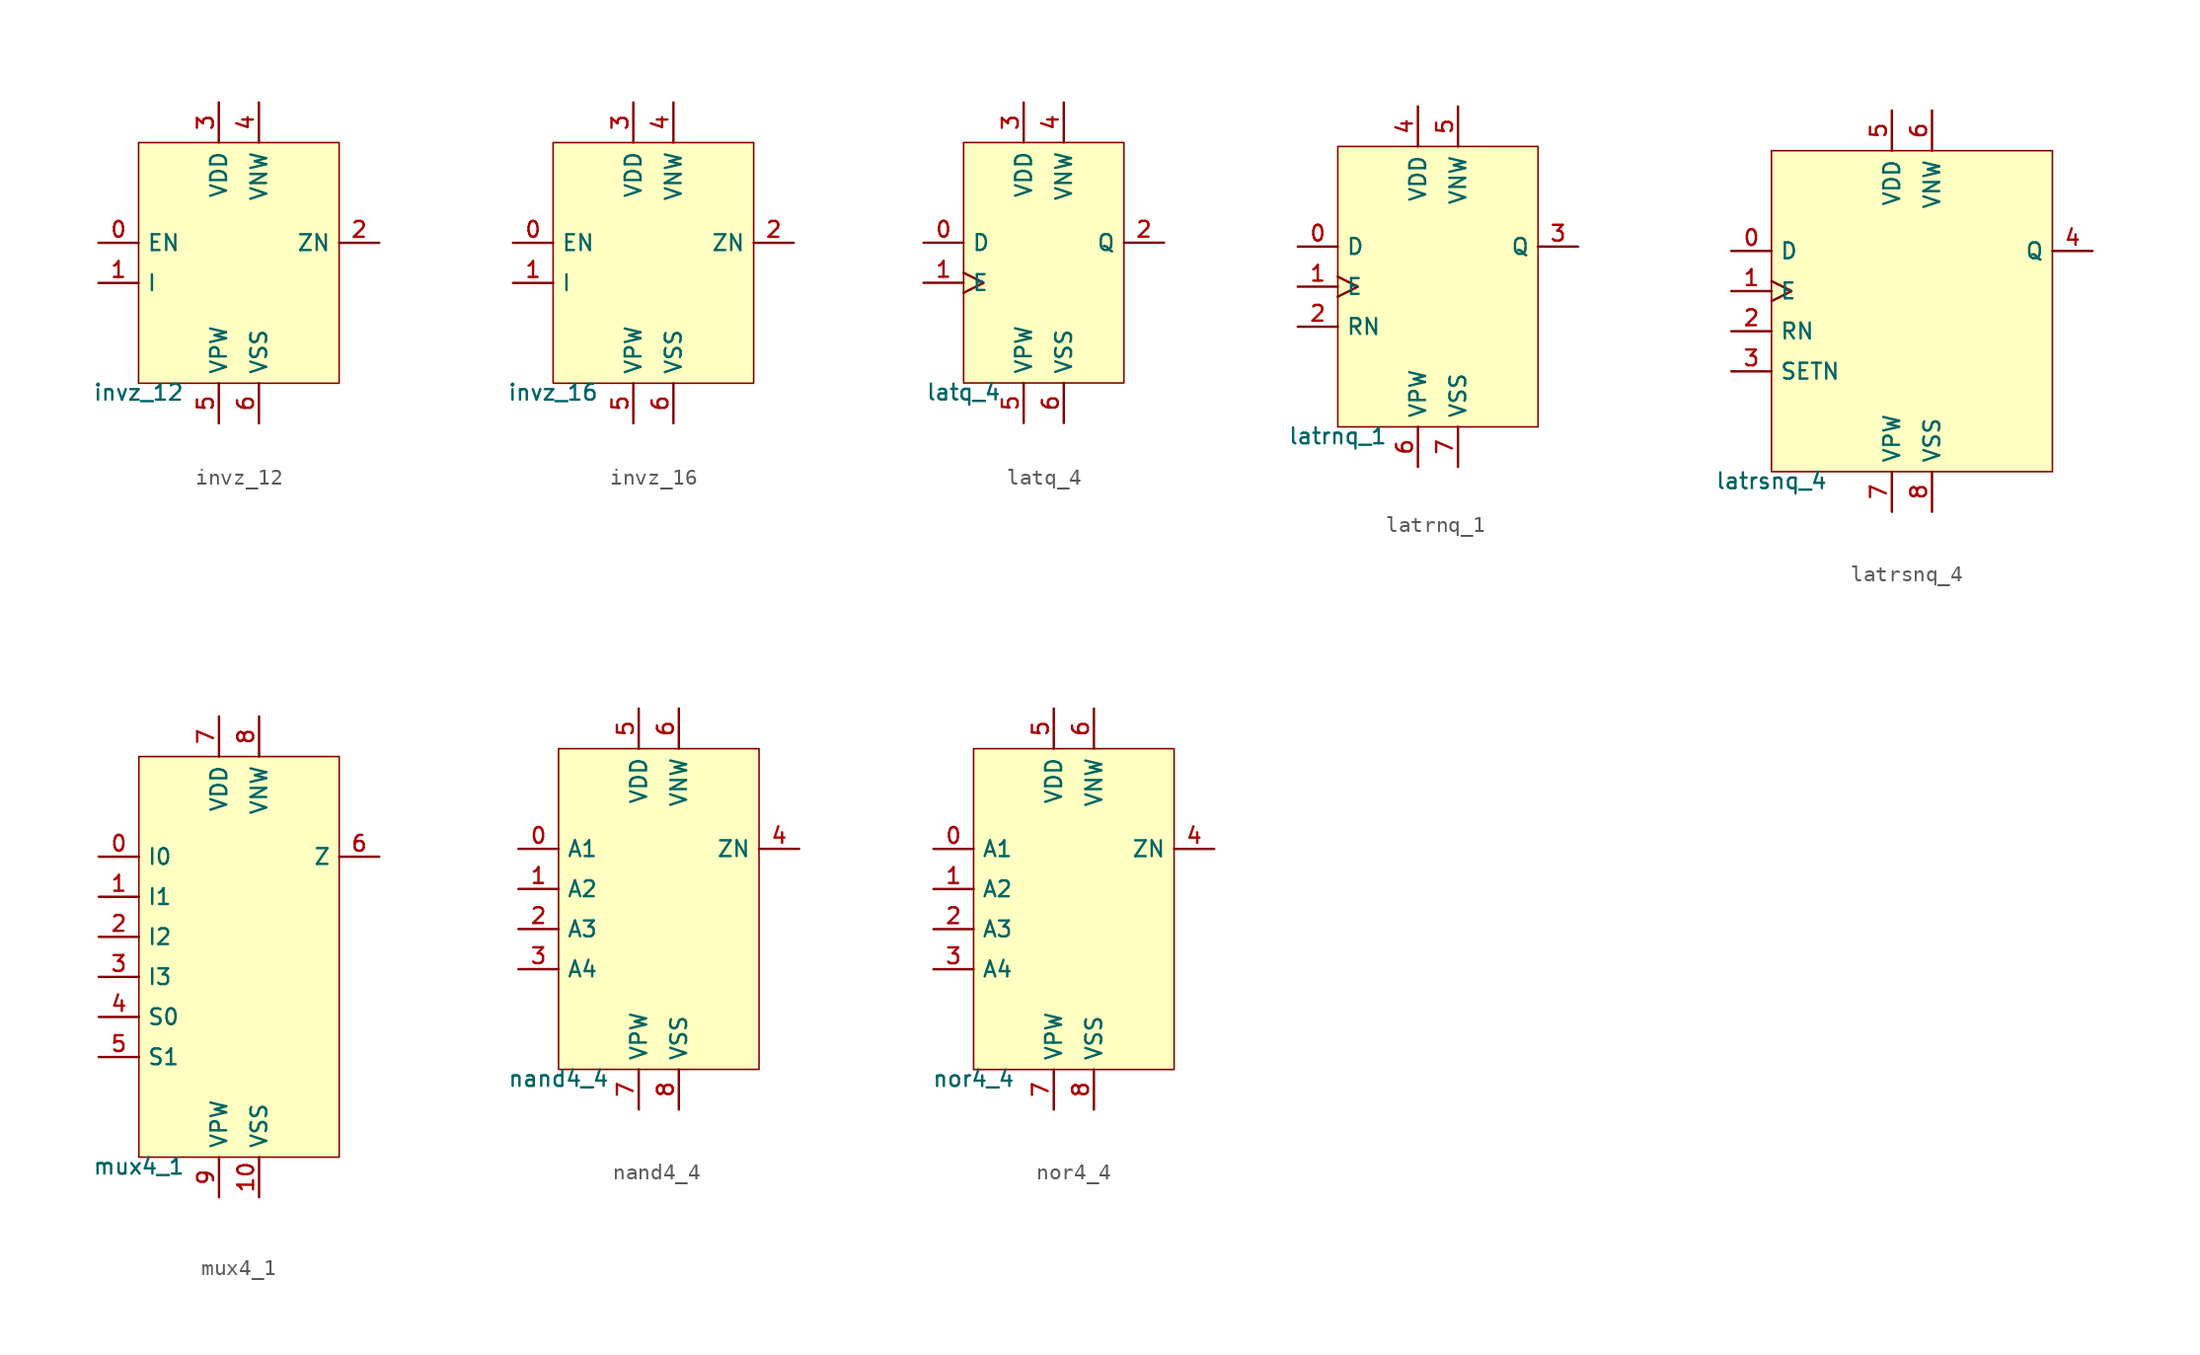
<source format=kicad_sym>
(kicad_symbol_lib
  (version 20211014)
  (generator pdk2kicad)
  (symbol "invz_12"
    (property "Reference" "X"
      (at 0 0 0)
      (effects (font (size 1 1)) hide))
    (property "Value" "invz_12"
      (at -6.35 -7.62 0)
      (effects (font (size 1 1)) (justify top)))
    (rectangle
      (start -6.35 -7.62)
      (end 6.35 7.62)
      (stroke (width 0.1) (type solid) (color 0 0 0 0))
      (fill (type background)))
    (pin input line
      (at -8.89 1.27 0)
      (length 2.54)
      (name "EN" (effects (font (size 1 1)) hide))
      (number "0" (effects (font (size 1 1)) hide)))
    (pin input line
      (at -8.89 -1.27 0)
      (length 2.54)
      (name "I" (effects (font (size 1 1)) hide))
      (number "1" (effects (font (size 1 1)) hide)))
    (pin output line
      (at 8.89 1.27 180)
      (length 2.54)
      (name "ZN" (effects (font (size 1 1)) hide))
      (number "2" (effects (font (size 1 1)) hide)))
    (pin power_in line
      (at -1.27 10.16 270)
      (length 2.54)
      (name "VDD" (effects (font (size 1 1)) hide))
      (number "3" (effects (font (size 1 1)) hide)))
    (pin power_in line
      (at 1.27 10.16 270)
      (length 2.54)
      (name "VNW" (effects (font (size 1 1)) hide))
      (number "4" (effects (font (size 1 1)) hide)))
    (pin power_in line
      (at -1.27 -10.16 90)
      (length 2.54)
      (name "VPW" (effects (font (size 1 1)) hide))
      (number "5" (effects (font (size 1 1)) hide)))
    (pin power_in line
      (at 1.27 -10.16 90)
      (length 2.54)
      (name "VSS" (effects (font (size 1 1)) hide))
      (number "6" (effects (font (size 1 1)) hide))))
  (symbol "invz_16"
    (property "Reference" "X"
      (at 0 0 0)
      (effects (font (size 1 1)) hide))
    (property "Value" "invz_16"
      (at -6.35 -7.62 0)
      (effects (font (size 1 1)) (justify top)))
    (rectangle
      (start -6.35 -7.62)
      (end 6.35 7.62)
      (stroke (width 0.1) (type solid) (color 0 0 0 0))
      (fill (type background)))
    (pin input line
      (at -8.89 1.27 0)
      (length 2.54)
      (name "EN" (effects (font (size 1 1)) hide))
      (number "0" (effects (font (size 1 1)) hide)))
    (pin input line
      (at -8.89 -1.27 0)
      (length 2.54)
      (name "I" (effects (font (size 1 1)) hide))
      (number "1" (effects (font (size 1 1)) hide)))
    (pin output line
      (at 8.89 1.27 180)
      (length 2.54)
      (name "ZN" (effects (font (size 1 1)) hide))
      (number "2" (effects (font (size 1 1)) hide)))
    (pin power_in line
      (at -1.27 10.16 270)
      (length 2.54)
      (name "VDD" (effects (font (size 1 1)) hide))
      (number "3" (effects (font (size 1 1)) hide)))
    (pin power_in line
      (at 1.27 10.16 270)
      (length 2.54)
      (name "VNW" (effects (font (size 1 1)) hide))
      (number "4" (effects (font (size 1 1)) hide)))
    (pin power_in line
      (at -1.27 -10.16 90)
      (length 2.54)
      (name "VPW" (effects (font (size 1 1)) hide))
      (number "5" (effects (font (size 1 1)) hide)))
    (pin power_in line
      (at 1.27 -10.16 90)
      (length 2.54)
      (name "VSS" (effects (font (size 1 1)) hide))
      (number "6" (effects (font (size 1 1)) hide))))
  (symbol "latq_4"
    (property "Reference" "X"
      (at 0 0 0)
      (effects (font (size 1 1)) hide))
    (property "Value" "latq_4"
      (at -5.08 -7.62 0)
      (effects (font (size 1 1)) (justify top)))
    (rectangle
      (start -5.08 -7.62)
      (end 5.08 7.62)
      (stroke (width 0.1) (type solid) (color 0 0 0 0))
      (fill (type background)))
    (pin input line
      (at -7.62 1.27 0)
      (length 2.54)
      (name "D" (effects (font (size 1 1)) hide))
      (number "0" (effects (font (size 1 1)) hide)))
    (pin input clock
      (at -7.62 -1.27 0)
      (length 2.54)
      (name "E" (effects (font (size 1 1)) hide))
      (number "1" (effects (font (size 1 1)) hide)))
    (pin output line
      (at 7.62 1.27 180)
      (length 2.54)
      (name "Q" (effects (font (size 1 1)) hide))
      (number "2" (effects (font (size 1 1)) hide)))
    (pin power_in line
      (at -1.27 10.16 270)
      (length 2.54)
      (name "VDD" (effects (font (size 1 1)) hide))
      (number "3" (effects (font (size 1 1)) hide)))
    (pin power_in line
      (at 1.27 10.16 270)
      (length 2.54)
      (name "VNW" (effects (font (size 1 1)) hide))
      (number "4" (effects (font (size 1 1)) hide)))
    (pin power_in line
      (at -1.27 -10.16 90)
      (length 2.54)
      (name "VPW" (effects (font (size 1 1)) hide))
      (number "5" (effects (font (size 1 1)) hide)))
    (pin power_in line
      (at 1.27 -10.16 90)
      (length 2.54)
      (name "VSS" (effects (font (size 1 1)) hide))
      (number "6" (effects (font (size 1 1)) hide))))
  (symbol "latrnq_1"
    (property "Reference" "X"
      (at 0 0 0)
      (effects (font (size 1 1)) hide))
    (property "Value" "latrnq_1"
      (at -6.35 -8.89 0)
      (effects (font (size 1 1)) (justify top)))
    (rectangle
      (start -6.35 -8.89)
      (end 6.35 8.89)
      (stroke (width 0.1) (type solid) (color 0 0 0 0))
      (fill (type background)))
    (pin input line
      (at -8.89 2.54 0)
      (length 2.54)
      (name "D" (effects (font (size 1 1)) hide))
      (number "0" (effects (font (size 1 1)) hide)))
    (pin input clock
      (at -8.89 4.440892098500626e-16 0)
      (length 2.54)
      (name "E" (effects (font (size 1 1)) hide))
      (number "1" (effects (font (size 1 1)) hide)))
    (pin input line
      (at -8.89 -2.54 0)
      (length 2.54)
      (name "RN" (effects (font (size 1 1)) hide))
      (number "2" (effects (font (size 1 1)) hide)))
    (pin output line
      (at 8.89 2.54 180)
      (length 2.54)
      (name "Q" (effects (font (size 1 1)) hide))
      (number "3" (effects (font (size 1 1)) hide)))
    (pin power_in line
      (at -1.27 11.43 270)
      (length 2.54)
      (name "VDD" (effects (font (size 1 1)) hide))
      (number "4" (effects (font (size 1 1)) hide)))
    (pin power_in line
      (at 1.27 11.43 270)
      (length 2.54)
      (name "VNW" (effects (font (size 1 1)) hide))
      (number "5" (effects (font (size 1 1)) hide)))
    (pin power_in line
      (at -1.27 -11.43 90)
      (length 2.54)
      (name "VPW" (effects (font (size 1 1)) hide))
      (number "6" (effects (font (size 1 1)) hide)))
    (pin power_in line
      (at 1.27 -11.43 90)
      (length 2.54)
      (name "VSS" (effects (font (size 1 1)) hide))
      (number "7" (effects (font (size 1 1)) hide))))
  (symbol "latrsnq_4"
    (property "Reference" "X"
      (at 0 0 0)
      (effects (font (size 1 1)) hide))
    (property "Value" "latrsnq_4"
      (at -8.89 -10.16 0)
      (effects (font (size 1 1)) (justify top)))
    (rectangle
      (start -8.89 -10.16)
      (end 8.89 10.16)
      (stroke (width 0.1) (type solid) (color 0 0 0 0))
      (fill (type background)))
    (pin input line
      (at -11.43 3.81 0)
      (length 2.54)
      (name "D" (effects (font (size 1 1)) hide))
      (number "0" (effects (font (size 1 1)) hide)))
    (pin input clock
      (at -11.43 1.27 0)
      (length 2.54)
      (name "E" (effects (font (size 1 1)) hide))
      (number "1" (effects (font (size 1 1)) hide)))
    (pin input line
      (at -11.43 -1.27 0)
      (length 2.54)
      (name "RN" (effects (font (size 1 1)) hide))
      (number "2" (effects (font (size 1 1)) hide)))
    (pin input line
      (at -11.43 -3.81 0)
      (length 2.54)
      (name "SETN" (effects (font (size 1 1)) hide))
      (number "3" (effects (font (size 1 1)) hide)))
    (pin output line
      (at 11.43 3.81 180)
      (length 2.54)
      (name "Q" (effects (font (size 1 1)) hide))
      (number "4" (effects (font (size 1 1)) hide)))
    (pin power_in line
      (at -1.27 12.7 270)
      (length 2.54)
      (name "VDD" (effects (font (size 1 1)) hide))
      (number "5" (effects (font (size 1 1)) hide)))
    (pin power_in line
      (at 1.27 12.7 270)
      (length 2.54)
      (name "VNW" (effects (font (size 1 1)) hide))
      (number "6" (effects (font (size 1 1)) hide)))
    (pin power_in line
      (at -1.27 -12.7 90)
      (length 2.54)
      (name "VPW" (effects (font (size 1 1)) hide))
      (number "7" (effects (font (size 1 1)) hide)))
    (pin power_in line
      (at 1.27 -12.7 90)
      (length 2.54)
      (name "VSS" (effects (font (size 1 1)) hide))
      (number "8" (effects (font (size 1 1)) hide))))
  (symbol "mux4_1"
    (property "Reference" "X"
      (at 0 0 0)
      (effects (font (size 1 1)) hide))
    (property "Value" "mux4_1"
      (at -6.35 -12.7 0)
      (effects (font (size 1 1)) (justify top)))
    (rectangle
      (start -6.35 -12.7)
      (end 6.35 12.7)
      (stroke (width 0.1) (type solid) (color 0 0 0 0))
      (fill (type background)))
    (pin input line
      (at -8.89 6.35 0)
      (length 2.54)
      (name "I0" (effects (font (size 1 1)) hide))
      (number "0" (effects (font (size 1 1)) hide)))
    (pin input line
      (at -8.89 3.81 0)
      (length 2.54)
      (name "I1" (effects (font (size 1 1)) hide))
      (number "1" (effects (font (size 1 1)) hide)))
    (pin input line
      (at -8.89 1.27 0)
      (length 2.54)
      (name "I2" (effects (font (size 1 1)) hide))
      (number "2" (effects (font (size 1 1)) hide)))
    (pin input line
      (at -8.89 -1.27 0)
      (length 2.54)
      (name "I3" (effects (font (size 1 1)) hide))
      (number "3" (effects (font (size 1 1)) hide)))
    (pin input line
      (at -8.89 -3.81 0)
      (length 2.54)
      (name "S0" (effects (font (size 1 1)) hide))
      (number "4" (effects (font (size 1 1)) hide)))
    (pin input line
      (at -8.89 -6.35 0)
      (length 2.54)
      (name "S1" (effects (font (size 1 1)) hide))
      (number "5" (effects (font (size 1 1)) hide)))
    (pin output line
      (at 8.89 6.35 180)
      (length 2.54)
      (name "Z" (effects (font (size 1 1)) hide))
      (number "6" (effects (font (size 1 1)) hide)))
    (pin power_in line
      (at -1.27 15.24 270)
      (length 2.54)
      (name "VDD" (effects (font (size 1 1)) hide))
      (number "7" (effects (font (size 1 1)) hide)))
    (pin power_in line
      (at 1.27 15.24 270)
      (length 2.54)
      (name "VNW" (effects (font (size 1 1)) hide))
      (number "8" (effects (font (size 1 1)) hide)))
    (pin power_in line
      (at -1.27 -15.24 90)
      (length 2.54)
      (name "VPW" (effects (font (size 1 1)) hide))
      (number "9" (effects (font (size 1 1)) hide)))
    (pin power_in line
      (at 1.27 -15.24 90)
      (length 2.54)
      (name "VSS" (effects (font (size 1 1)) hide))
      (number "10" (effects (font (size 1 1)) hide))))
  (symbol "nand4_4"
    (property "Reference" "X"
      (at 0 0 0)
      (effects (font (size 1 1)) hide))
    (property "Value" "nand4_4"
      (at -6.35 -10.16 0)
      (effects (font (size 1 1)) (justify top)))
    (rectangle
      (start -6.35 -10.16)
      (end 6.35 10.16)
      (stroke (width 0.1) (type solid) (color 0 0 0 0))
      (fill (type background)))
    (pin input line
      (at -8.89 3.81 0)
      (length 2.54)
      (name "A1" (effects (font (size 1 1)) hide))
      (number "0" (effects (font (size 1 1)) hide)))
    (pin input line
      (at -8.89 1.27 0)
      (length 2.54)
      (name "A2" (effects (font (size 1 1)) hide))
      (number "1" (effects (font (size 1 1)) hide)))
    (pin input line
      (at -8.89 -1.27 0)
      (length 2.54)
      (name "A3" (effects (font (size 1 1)) hide))
      (number "2" (effects (font (size 1 1)) hide)))
    (pin input line
      (at -8.89 -3.81 0)
      (length 2.54)
      (name "A4" (effects (font (size 1 1)) hide))
      (number "3" (effects (font (size 1 1)) hide)))
    (pin output line
      (at 8.89 3.81 180)
      (length 2.54)
      (name "ZN" (effects (font (size 1 1)) hide))
      (number "4" (effects (font (size 1 1)) hide)))
    (pin power_in line
      (at -1.27 12.7 270)
      (length 2.54)
      (name "VDD" (effects (font (size 1 1)) hide))
      (number "5" (effects (font (size 1 1)) hide)))
    (pin power_in line
      (at 1.27 12.7 270)
      (length 2.54)
      (name "VNW" (effects (font (size 1 1)) hide))
      (number "6" (effects (font (size 1 1)) hide)))
    (pin power_in line
      (at -1.27 -12.7 90)
      (length 2.54)
      (name "VPW" (effects (font (size 1 1)) hide))
      (number "7" (effects (font (size 1 1)) hide)))
    (pin power_in line
      (at 1.27 -12.7 90)
      (length 2.54)
      (name "VSS" (effects (font (size 1 1)) hide))
      (number "8" (effects (font (size 1 1)) hide))))
  (symbol "nor4_4"
    (property "Reference" "X"
      (at 0 0 0)
      (effects (font (size 1 1)) hide))
    (property "Value" "nor4_4"
      (at -6.35 -10.16 0)
      (effects (font (size 1 1)) (justify top)))
    (rectangle
      (start -6.35 -10.16)
      (end 6.35 10.16)
      (stroke (width 0.1) (type solid) (color 0 0 0 0))
      (fill (type background)))
    (pin input line
      (at -8.89 3.81 0)
      (length 2.54)
      (name "A1" (effects (font (size 1 1)) hide))
      (number "0" (effects (font (size 1 1)) hide)))
    (pin input line
      (at -8.89 1.27 0)
      (length 2.54)
      (name "A2" (effects (font (size 1 1)) hide))
      (number "1" (effects (font (size 1 1)) hide)))
    (pin input line
      (at -8.89 -1.27 0)
      (length 2.54)
      (name "A3" (effects (font (size 1 1)) hide))
      (number "2" (effects (font (size 1 1)) hide)))
    (pin input line
      (at -8.89 -3.81 0)
      (length 2.54)
      (name "A4" (effects (font (size 1 1)) hide))
      (number "3" (effects (font (size 1 1)) hide)))
    (pin output line
      (at 8.89 3.81 180)
      (length 2.54)
      (name "ZN" (effects (font (size 1 1)) hide))
      (number "4" (effects (font (size 1 1)) hide)))
    (pin power_in line
      (at -1.27 12.7 270)
      (length 2.54)
      (name "VDD" (effects (font (size 1 1)) hide))
      (number "5" (effects (font (size 1 1)) hide)))
    (pin power_in line
      (at 1.27 12.7 270)
      (length 2.54)
      (name "VNW" (effects (font (size 1 1)) hide))
      (number "6" (effects (font (size 1 1)) hide)))
    (pin power_in line
      (at -1.27 -12.7 90)
      (length 2.54)
      (name "VPW" (effects (font (size 1 1)) hide))
      (number "7" (effects (font (size 1 1)) hide)))
    (pin power_in line
      (at 1.27 -12.7 90)
      (length 2.54)
      (name "VSS" (effects (font (size 1 1)) hide))
      (number "8" (effects (font (size 1 1)) hide)))))
</source>
